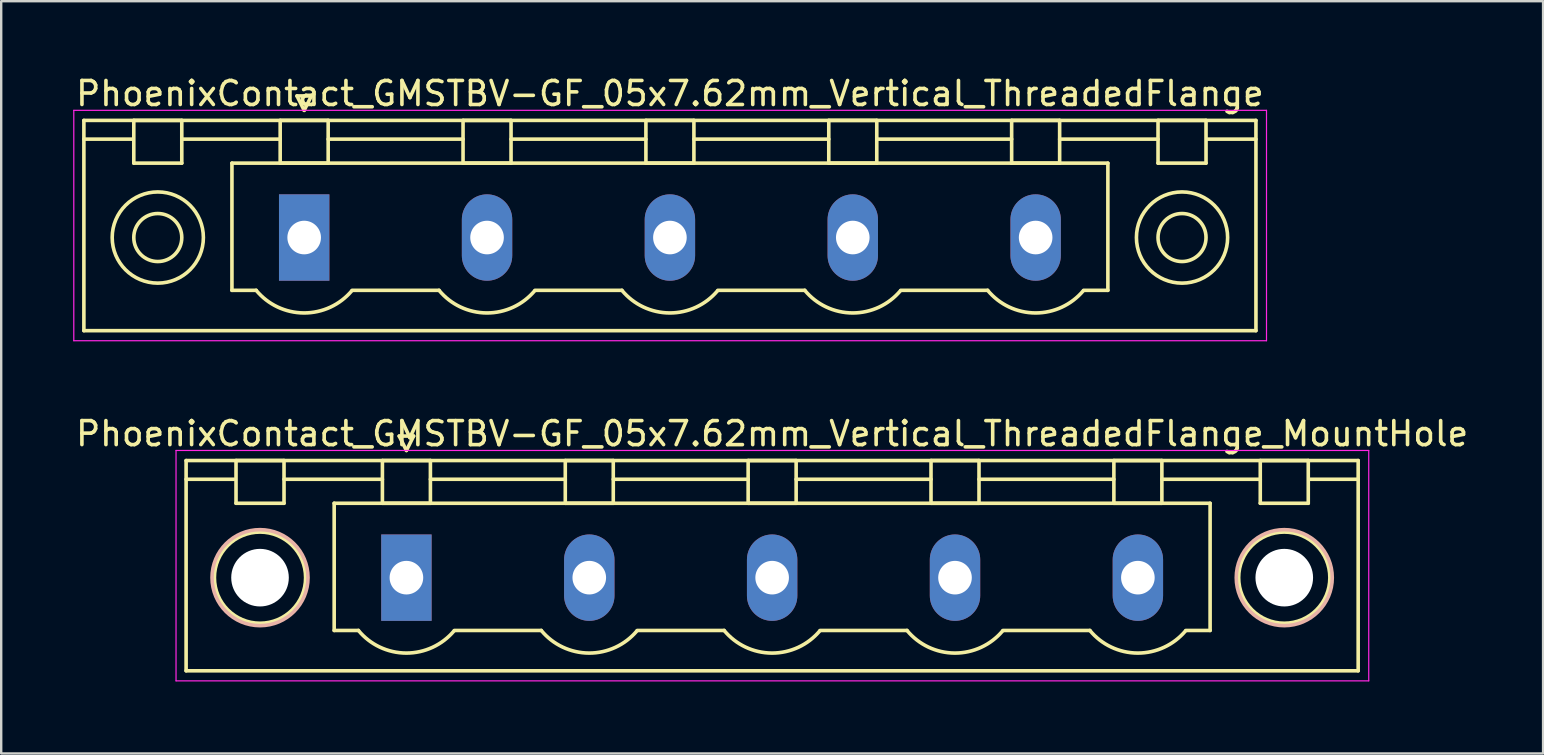
<source format=kicad_pcb>
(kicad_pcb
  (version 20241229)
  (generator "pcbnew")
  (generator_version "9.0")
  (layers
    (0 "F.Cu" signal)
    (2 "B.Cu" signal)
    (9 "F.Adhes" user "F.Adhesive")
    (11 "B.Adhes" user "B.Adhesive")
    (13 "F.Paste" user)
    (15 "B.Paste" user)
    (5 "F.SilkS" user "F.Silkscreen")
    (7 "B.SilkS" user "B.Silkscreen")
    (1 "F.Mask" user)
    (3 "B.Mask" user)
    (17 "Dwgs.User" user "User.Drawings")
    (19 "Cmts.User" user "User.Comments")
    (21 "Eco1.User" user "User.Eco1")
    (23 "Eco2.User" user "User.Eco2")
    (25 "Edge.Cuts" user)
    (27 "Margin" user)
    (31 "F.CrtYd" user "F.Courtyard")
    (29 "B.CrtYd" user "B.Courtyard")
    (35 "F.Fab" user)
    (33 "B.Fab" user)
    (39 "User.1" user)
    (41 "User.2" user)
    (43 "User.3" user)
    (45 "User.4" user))
  (footprint "PhoenixContact_GMSTBV-GF_05x7.62mm_Vertical_ThreadedFlange_MountHole"
    (layer "F.Cu")
    (at 13.885 21.021)
    (property "Reference" "PhoenixContact_GMSTBV-GF_05x7.62mm_Vertical_ThreadedFlange_MountHole" (at 15.24 -6 0) (layer "F.SilkS") (effects (font (size 1 1) (thickness 0.15))))
    (attr through_hole)
    (fp_line (start -9.18 -4.88) (end -9.18 3.88) (stroke (width 0.15) (type solid)) (layer "F.SilkS"))
    (fp_line (start -9.18 -4.1) (end -7.18 -4.1) (stroke (width 0.15) (type solid)) (layer "F.SilkS"))
    (fp_line (start -9.18 3.88) (end 39.66 3.88) (stroke (width 0.15) (type solid)) (layer "F.SilkS"))
    (fp_line (start -7.1 -4.88) (end -5.1 -4.88) (stroke (width 0.15) (type solid)) (layer "F.SilkS"))
    (fp_line (start -7.1 -3.1) (end -7.1 -4.88) (stroke (width 0.15) (type solid)) (layer "F.SilkS"))
    (fp_line (start -5.1 -4.88) (end -5.1 -3.1) (stroke (width 0.15) (type solid)) (layer "F.SilkS"))
    (fp_line (start -5.1 -4.1) (end -1 -4.1) (stroke (width 0.15) (type solid)) (layer "F.SilkS"))
    (fp_line (start -5.1 -3.1) (end -7.1 -3.1) (stroke (width 0.15) (type solid)) (layer "F.SilkS"))
    (fp_line (start -3.01 -3.1) (end 33.49 -3.1) (stroke (width 0.15) (type solid)) (layer "F.SilkS"))
    (fp_line (start -3.01 2.2) (end -3.01 -3.1) (stroke (width 0.15) (type solid)) (layer "F.SilkS"))
    (fp_line (start -2 2.2) (end -3.01 2.2) (stroke (width 0.15) (type solid)) (layer "F.SilkS"))
    (fp_line (start -1 -4.88) (end 1 -4.88) (stroke (width 0.15) (type solid)) (layer "F.SilkS"))
    (fp_line (start -1 -3.1) (end -1 -4.88) (stroke (width 0.15) (type solid)) (layer "F.SilkS"))
    (fp_line (start -0.3 -5.9) (end 0 -5.3) (stroke (width 0.15) (type solid)) (layer "F.SilkS"))
    (fp_line (start 0 -5.3) (end 0.3 -5.9) (stroke (width 0.15) (type solid)) (layer "F.SilkS"))
    (fp_line (start 0.3 -5.9) (end -0.3 -5.9) (stroke (width 0.15) (type solid)) (layer "F.SilkS"))
    (fp_line (start 1 -4.88) (end 1 -3.1) (stroke (width 0.15) (type solid)) (layer "F.SilkS"))
    (fp_line (start 1 -4.1) (end 6.62 -4.1) (stroke (width 0.15) (type solid)) (layer "F.SilkS"))
    (fp_line (start 1 -3.1) (end -1 -3.1) (stroke (width 0.15) (type solid)) (layer "F.SilkS"))
    (fp_line (start 2 2.2) (end 5.62 2.2) (stroke (width 0.15) (type solid)) (layer "F.SilkS"))
    (fp_line (start 6.62 -4.88) (end 8.62 -4.88) (stroke (width 0.15) (type solid)) (layer "F.SilkS"))
    (fp_line (start 6.62 -3.1) (end 6.62 -4.88) (stroke (width 0.15) (type solid)) (layer "F.SilkS"))
    (fp_line (start 8.62 -4.88) (end 8.62 -3.1) (stroke (width 0.15) (type solid)) (layer "F.SilkS"))
    (fp_line (start 8.62 -4.1) (end 14.24 -4.1) (stroke (width 0.15) (type solid)) (layer "F.SilkS"))
    (fp_line (start 8.62 -3.1) (end 6.62 -3.1) (stroke (width 0.15) (type solid)) (layer "F.SilkS"))
    (fp_line (start 9.62 2.2) (end 13.24 2.2) (stroke (width 0.15) (type solid)) (layer "F.SilkS"))
    (fp_line (start 14.24 -4.88) (end 16.24 -4.88) (stroke (width 0.15) (type solid)) (layer "F.SilkS"))
    (fp_line (start 14.24 -3.1) (end 14.24 -4.88) (stroke (width 0.15) (type solid)) (layer "F.SilkS"))
    (fp_line (start 16.24 -4.88) (end 16.24 -3.1) (stroke (width 0.15) (type solid)) (layer "F.SilkS"))
    (fp_line (start 16.24 -4.1) (end 21.86 -4.1) (stroke (width 0.15) (type solid)) (layer "F.SilkS"))
    (fp_line (start 16.24 -3.1) (end 14.24 -3.1) (stroke (width 0.15) (type solid)) (layer "F.SilkS"))
    (fp_line (start 17.24 2.2) (end 20.86 2.2) (stroke (width 0.15) (type solid)) (layer "F.SilkS"))
    (fp_line (start 21.86 -4.88) (end 23.86 -4.88) (stroke (width 0.15) (type solid)) (layer "F.SilkS"))
    (fp_line (start 21.86 -3.1) (end 21.86 -4.88) (stroke (width 0.15) (type solid)) (layer "F.SilkS"))
    (fp_line (start 23.86 -4.88) (end 23.86 -3.1) (stroke (width 0.15) (type solid)) (layer "F.SilkS"))
    (fp_line (start 23.86 -4.1) (end 29.48 -4.1) (stroke (width 0.15) (type solid)) (layer "F.SilkS"))
    (fp_line (start 23.86 -3.1) (end 21.86 -3.1) (stroke (width 0.15) (type solid)) (layer "F.SilkS"))
    (fp_line (start 24.86 2.2) (end 28.48 2.2) (stroke (width 0.15) (type solid)) (layer "F.SilkS"))
    (fp_line (start 29.48 -4.88) (end 31.48 -4.88) (stroke (width 0.15) (type solid)) (layer "F.SilkS"))
    (fp_line (start 29.48 -3.1) (end 29.48 -4.88) (stroke (width 0.15) (type solid)) (layer "F.SilkS"))
    (fp_line (start 31.48 -4.88) (end 31.48 -3.1) (stroke (width 0.15) (type solid)) (layer "F.SilkS"))
    (fp_line (start 31.48 -4.1) (end 35.58 -4.1) (stroke (width 0.15) (type solid)) (layer "F.SilkS"))
    (fp_line (start 31.48 -3.1) (end 29.48 -3.1) (stroke (width 0.15) (type solid)) (layer "F.SilkS"))
    (fp_line (start 33.49 -3.1) (end 33.49 2.2) (stroke (width 0.15) (type solid)) (layer "F.SilkS"))
    (fp_line (start 33.49 2.2) (end 32.48 2.2) (stroke (width 0.15) (type solid)) (layer "F.SilkS"))
    (fp_line (start 35.58 -4.88) (end 37.58 -4.88) (stroke (width 0.15) (type solid)) (layer "F.SilkS"))
    (fp_line (start 35.58 -3.1) (end 35.58 -4.88) (stroke (width 0.15) (type solid)) (layer "F.SilkS"))
    (fp_line (start 37.58 -4.88) (end 37.58 -3.1) (stroke (width 0.15) (type solid)) (layer "F.SilkS"))
    (fp_line (start 37.58 -3.1) (end 35.58 -3.1) (stroke (width 0.15) (type solid)) (layer "F.SilkS"))
    (fp_line (start 39.66 -4.88) (end -9.18 -4.88) (stroke (width 0.15) (type solid)) (layer "F.SilkS"))
    (fp_line (start 39.66 -4.1) (end 37.66 -4.1) (stroke (width 0.15) (type solid)) (layer "F.SilkS"))
    (fp_line (start 39.66 3.88) (end 39.66 -4.88) (stroke (width 0.15) (type solid)) (layer "F.SilkS"))
    (fp_arc (start 1.986842 2.215821) (mid -0.010289 3.142758) (end -2 2.2) (stroke (width 0.15) (type solid)) (layer "F.SilkS"))
    (fp_arc (start 9.606842 2.215821) (mid 7.609711 3.142758) (end 5.62 2.2) (stroke (width 0.15) (type solid)) (layer "F.SilkS"))
    (fp_arc (start 17.226842 2.215821) (mid 15.229711 3.142758) (end 13.24 2.2) (stroke (width 0.15) (type solid)) (layer "F.SilkS"))
    (fp_arc (start 24.846842 2.215821) (mid 22.849711 3.142758) (end 20.86 2.2) (stroke (width 0.15) (type solid)) (layer "F.SilkS"))
    (fp_arc (start 32.466842 2.215821) (mid 30.469711 3.142758) (end 28.48 2.2) (stroke (width 0.15) (type solid)) (layer "F.SilkS"))
    (fp_circle (center -6.1 0) (end -4.2 0) (stroke (width 0.15) (type solid)) (fill no) (layer "F.SilkS"))
    (fp_circle (center 36.58 0) (end 38.48 0) (stroke (width 0.15) (type solid)) (fill no) (layer "F.SilkS"))
    (fp_circle (center -6.1 0) (end -4.1 0) (stroke (width 0.15) (type solid)) (fill no) (layer "B.SilkS"))
    (fp_circle (center 36.58 0) (end 38.58 0) (stroke (width 0.15) (type solid)) (fill no) (layer "B.SilkS"))
    (fp_line (start -9.6 -5.3) (end -9.6 4.3) (stroke (width 0.05) (type solid)) (layer "F.CrtYd"))
    (fp_line (start -9.6 4.3) (end 40.1 4.3) (stroke (width 0.05) (type solid)) (layer "F.CrtYd"))
    (fp_line (start 40.1 -5.3) (end -9.6 -5.3) (stroke (width 0.05) (type solid)) (layer "F.CrtYd"))
    (fp_line (start 40.1 4.3) (end 40.1 -5.3) (stroke (width 0.05) (type solid)) (layer "F.CrtYd"))
    (pad "" np_thru_hole circle (at -6.1 0) (size 2.4 2.4) (drill 2.4) (layers "*.Cu" "*.Mask"))
    (pad "" np_thru_hole circle (at 36.58 0) (size 2.4 2.4) (drill 2.4) (layers "*.Cu" "*.Mask"))
    (pad "1" thru_hole rect (at 0 0) (size 2.1 3.6) (drill 1.4) (layers "*.Cu" "*.Mask"))
    (pad "2" thru_hole oval (at 7.62 0) (size 2.1 3.6) (drill 1.4) (layers "*.Cu" "*.Mask"))
    (pad "3" thru_hole oval (at 15.24 0) (size 2.1 3.6) (drill 1.4) (layers "*.Cu" "*.Mask"))
    (pad "4" thru_hole oval (at 22.86 0) (size 2.1 3.6) (drill 1.4) (layers "*.Cu" "*.Mask"))
    (pad "5" thru_hole oval (at 30.48 0) (size 2.1 3.6) (drill 1.4) (layers "*.Cu" "*.Mask")))
  (footprint "PhoenixContact_GMSTBV-GF_05x7.62mm_Vertical_ThreadedFlange"
    (layer "F.Cu")
    (at 9.625 6.848)
    (property "Reference" "PhoenixContact_GMSTBV-GF_05x7.62mm_Vertical_ThreadedFlange" (at 15.24 -6 0) (layer "F.SilkS") (effects (font (size 1 1) (thickness 0.15))))
    (attr through_hole)
    (fp_line (start -9.18 -4.88) (end -9.18 3.88) (stroke (width 0.15) (type solid)) (layer "F.SilkS"))
    (fp_line (start -9.18 -4.1) (end -7.18 -4.1) (stroke (width 0.15) (type solid)) (layer "F.SilkS"))
    (fp_line (start -9.18 3.88) (end 39.66 3.88) (stroke (width 0.15) (type solid)) (layer "F.SilkS"))
    (fp_line (start -7.1 -4.88) (end -5.1 -4.88) (stroke (width 0.15) (type solid)) (layer "F.SilkS"))
    (fp_line (start -7.1 -3.1) (end -7.1 -4.88) (stroke (width 0.15) (type solid)) (layer "F.SilkS"))
    (fp_line (start -5.1 -4.88) (end -5.1 -3.1) (stroke (width 0.15) (type solid)) (layer "F.SilkS"))
    (fp_line (start -5.1 -4.1) (end -1 -4.1) (stroke (width 0.15) (type solid)) (layer "F.SilkS"))
    (fp_line (start -5.1 -3.1) (end -7.1 -3.1) (stroke (width 0.15) (type solid)) (layer "F.SilkS"))
    (fp_line (start -3.01 -3.1) (end 33.49 -3.1) (stroke (width 0.15) (type solid)) (layer "F.SilkS"))
    (fp_line (start -3.01 2.2) (end -3.01 -3.1) (stroke (width 0.15) (type solid)) (layer "F.SilkS"))
    (fp_line (start -2 2.2) (end -3.01 2.2) (stroke (width 0.15) (type solid)) (layer "F.SilkS"))
    (fp_line (start -1 -4.88) (end 1 -4.88) (stroke (width 0.15) (type solid)) (layer "F.SilkS"))
    (fp_line (start -1 -3.1) (end -1 -4.88) (stroke (width 0.15) (type solid)) (layer "F.SilkS"))
    (fp_line (start -0.3 -5.9) (end 0 -5.3) (stroke (width 0.15) (type solid)) (layer "F.SilkS"))
    (fp_line (start 0 -5.3) (end 0.3 -5.9) (stroke (width 0.15) (type solid)) (layer "F.SilkS"))
    (fp_line (start 0.3 -5.9) (end -0.3 -5.9) (stroke (width 0.15) (type solid)) (layer "F.SilkS"))
    (fp_line (start 1 -4.88) (end 1 -3.1) (stroke (width 0.15) (type solid)) (layer "F.SilkS"))
    (fp_line (start 1 -4.1) (end 6.62 -4.1) (stroke (width 0.15) (type solid)) (layer "F.SilkS"))
    (fp_line (start 1 -3.1) (end -1 -3.1) (stroke (width 0.15) (type solid)) (layer "F.SilkS"))
    (fp_line (start 2 2.2) (end 5.62 2.2) (stroke (width 0.15) (type solid)) (layer "F.SilkS"))
    (fp_line (start 6.62 -4.88) (end 8.62 -4.88) (stroke (width 0.15) (type solid)) (layer "F.SilkS"))
    (fp_line (start 6.62 -3.1) (end 6.62 -4.88) (stroke (width 0.15) (type solid)) (layer "F.SilkS"))
    (fp_line (start 8.62 -4.88) (end 8.62 -3.1) (stroke (width 0.15) (type solid)) (layer "F.SilkS"))
    (fp_line (start 8.62 -4.1) (end 14.24 -4.1) (stroke (width 0.15) (type solid)) (layer "F.SilkS"))
    (fp_line (start 8.62 -3.1) (end 6.62 -3.1) (stroke (width 0.15) (type solid)) (layer "F.SilkS"))
    (fp_line (start 9.62 2.2) (end 13.24 2.2) (stroke (width 0.15) (type solid)) (layer "F.SilkS"))
    (fp_line (start 14.24 -4.88) (end 16.24 -4.88) (stroke (width 0.15) (type solid)) (layer "F.SilkS"))
    (fp_line (start 14.24 -3.1) (end 14.24 -4.88) (stroke (width 0.15) (type solid)) (layer "F.SilkS"))
    (fp_line (start 16.24 -4.88) (end 16.24 -3.1) (stroke (width 0.15) (type solid)) (layer "F.SilkS"))
    (fp_line (start 16.24 -4.1) (end 21.86 -4.1) (stroke (width 0.15) (type solid)) (layer "F.SilkS"))
    (fp_line (start 16.24 -3.1) (end 14.24 -3.1) (stroke (width 0.15) (type solid)) (layer "F.SilkS"))
    (fp_line (start 17.24 2.2) (end 20.86 2.2) (stroke (width 0.15) (type solid)) (layer "F.SilkS"))
    (fp_line (start 21.86 -4.88) (end 23.86 -4.88) (stroke (width 0.15) (type solid)) (layer "F.SilkS"))
    (fp_line (start 21.86 -3.1) (end 21.86 -4.88) (stroke (width 0.15) (type solid)) (layer "F.SilkS"))
    (fp_line (start 23.86 -4.88) (end 23.86 -3.1) (stroke (width 0.15) (type solid)) (layer "F.SilkS"))
    (fp_line (start 23.86 -4.1) (end 29.48 -4.1) (stroke (width 0.15) (type solid)) (layer "F.SilkS"))
    (fp_line (start 23.86 -3.1) (end 21.86 -3.1) (stroke (width 0.15) (type solid)) (layer "F.SilkS"))
    (fp_line (start 24.86 2.2) (end 28.48 2.2) (stroke (width 0.15) (type solid)) (layer "F.SilkS"))
    (fp_line (start 29.48 -4.88) (end 31.48 -4.88) (stroke (width 0.15) (type solid)) (layer "F.SilkS"))
    (fp_line (start 29.48 -3.1) (end 29.48 -4.88) (stroke (width 0.15) (type solid)) (layer "F.SilkS"))
    (fp_line (start 31.48 -4.88) (end 31.48 -3.1) (stroke (width 0.15) (type solid)) (layer "F.SilkS"))
    (fp_line (start 31.48 -4.1) (end 35.58 -4.1) (stroke (width 0.15) (type solid)) (layer "F.SilkS"))
    (fp_line (start 31.48 -3.1) (end 29.48 -3.1) (stroke (width 0.15) (type solid)) (layer "F.SilkS"))
    (fp_line (start 33.49 -3.1) (end 33.49 2.2) (stroke (width 0.15) (type solid)) (layer "F.SilkS"))
    (fp_line (start 33.49 2.2) (end 32.48 2.2) (stroke (width 0.15) (type solid)) (layer "F.SilkS"))
    (fp_line (start 35.58 -4.88) (end 37.58 -4.88) (stroke (width 0.15) (type solid)) (layer "F.SilkS"))
    (fp_line (start 35.58 -3.1) (end 35.58 -4.88) (stroke (width 0.15) (type solid)) (layer "F.SilkS"))
    (fp_line (start 37.58 -4.88) (end 37.58 -3.1) (stroke (width 0.15) (type solid)) (layer "F.SilkS"))
    (fp_line (start 37.58 -3.1) (end 35.58 -3.1) (stroke (width 0.15) (type solid)) (layer "F.SilkS"))
    (fp_line (start 39.66 -4.88) (end -9.18 -4.88) (stroke (width 0.15) (type solid)) (layer "F.SilkS"))
    (fp_line (start 39.66 -4.1) (end 37.66 -4.1) (stroke (width 0.15) (type solid)) (layer "F.SilkS"))
    (fp_line (start 39.66 3.88) (end 39.66 -4.88) (stroke (width 0.15) (type solid)) (layer "F.SilkS"))
    (fp_arc (start 1.986842 2.215821) (mid -0.010289 3.142758) (end -2 2.2) (stroke (width 0.15) (type solid)) (layer "F.SilkS"))
    (fp_arc (start 9.606842 2.215821) (mid 7.609711 3.142758) (end 5.62 2.2) (stroke (width 0.15) (type solid)) (layer "F.SilkS"))
    (fp_arc (start 17.226842 2.215821) (mid 15.229711 3.142758) (end 13.24 2.2) (stroke (width 0.15) (type solid)) (layer "F.SilkS"))
    (fp_arc (start 24.846842 2.215821) (mid 22.849711 3.142758) (end 20.86 2.2) (stroke (width 0.15) (type solid)) (layer "F.SilkS"))
    (fp_arc (start 32.466842 2.215821) (mid 30.469711 3.142758) (end 28.48 2.2) (stroke (width 0.15) (type solid)) (layer "F.SilkS"))
    (fp_circle (center -6.1 0) (end -5.1 0) (stroke (width 0.15) (type solid)) (fill no) (layer "F.SilkS"))
    (fp_circle (center -6.1 0) (end -4.2 0) (stroke (width 0.15) (type solid)) (fill no) (layer "F.SilkS"))
    (fp_circle (center 36.58 0) (end 37.58 0) (stroke (width 0.15) (type solid)) (fill no) (layer "F.SilkS"))
    (fp_circle (center 36.58 0) (end 38.48 0) (stroke (width 0.15) (type solid)) (fill no) (layer "F.SilkS"))
    (fp_line (start -9.6 -5.3) (end -9.6 4.3) (stroke (width 0.05) (type solid)) (layer "F.CrtYd"))
    (fp_line (start -9.6 4.3) (end 40.1 4.3) (stroke (width 0.05) (type solid)) (layer "F.CrtYd"))
    (fp_line (start 40.1 -5.3) (end -9.6 -5.3) (stroke (width 0.05) (type solid)) (layer "F.CrtYd"))
    (fp_line (start 40.1 4.3) (end 40.1 -5.3) (stroke (width 0.05) (type solid)) (layer "F.CrtYd"))
    (pad "1" thru_hole rect (at 0 0) (size 2.1 3.6) (drill 1.4) (layers "*.Cu" "*.Mask"))
    (pad "2" thru_hole oval (at 7.62 0) (size 2.1 3.6) (drill 1.4) (layers "*.Cu" "*.Mask"))
    (pad "3" thru_hole oval (at 15.24 0) (size 2.1 3.6) (drill 1.4) (layers "*.Cu" "*.Mask"))
    (pad "4" thru_hole oval (at 22.86 0) (size 2.1 3.6) (drill 1.4) (layers "*.Cu" "*.Mask"))
    (pad "5" thru_hole oval (at 30.48 0) (size 2.1 3.6) (drill 1.4) (layers "*.Cu" "*.Mask")))
  (gr_rect
    (start -3 -3)
    (end 61.25 28.346)
    (stroke (width 0.1) (type default))
    (fill no)
    (layer "Edge.Cuts")))
</source>
